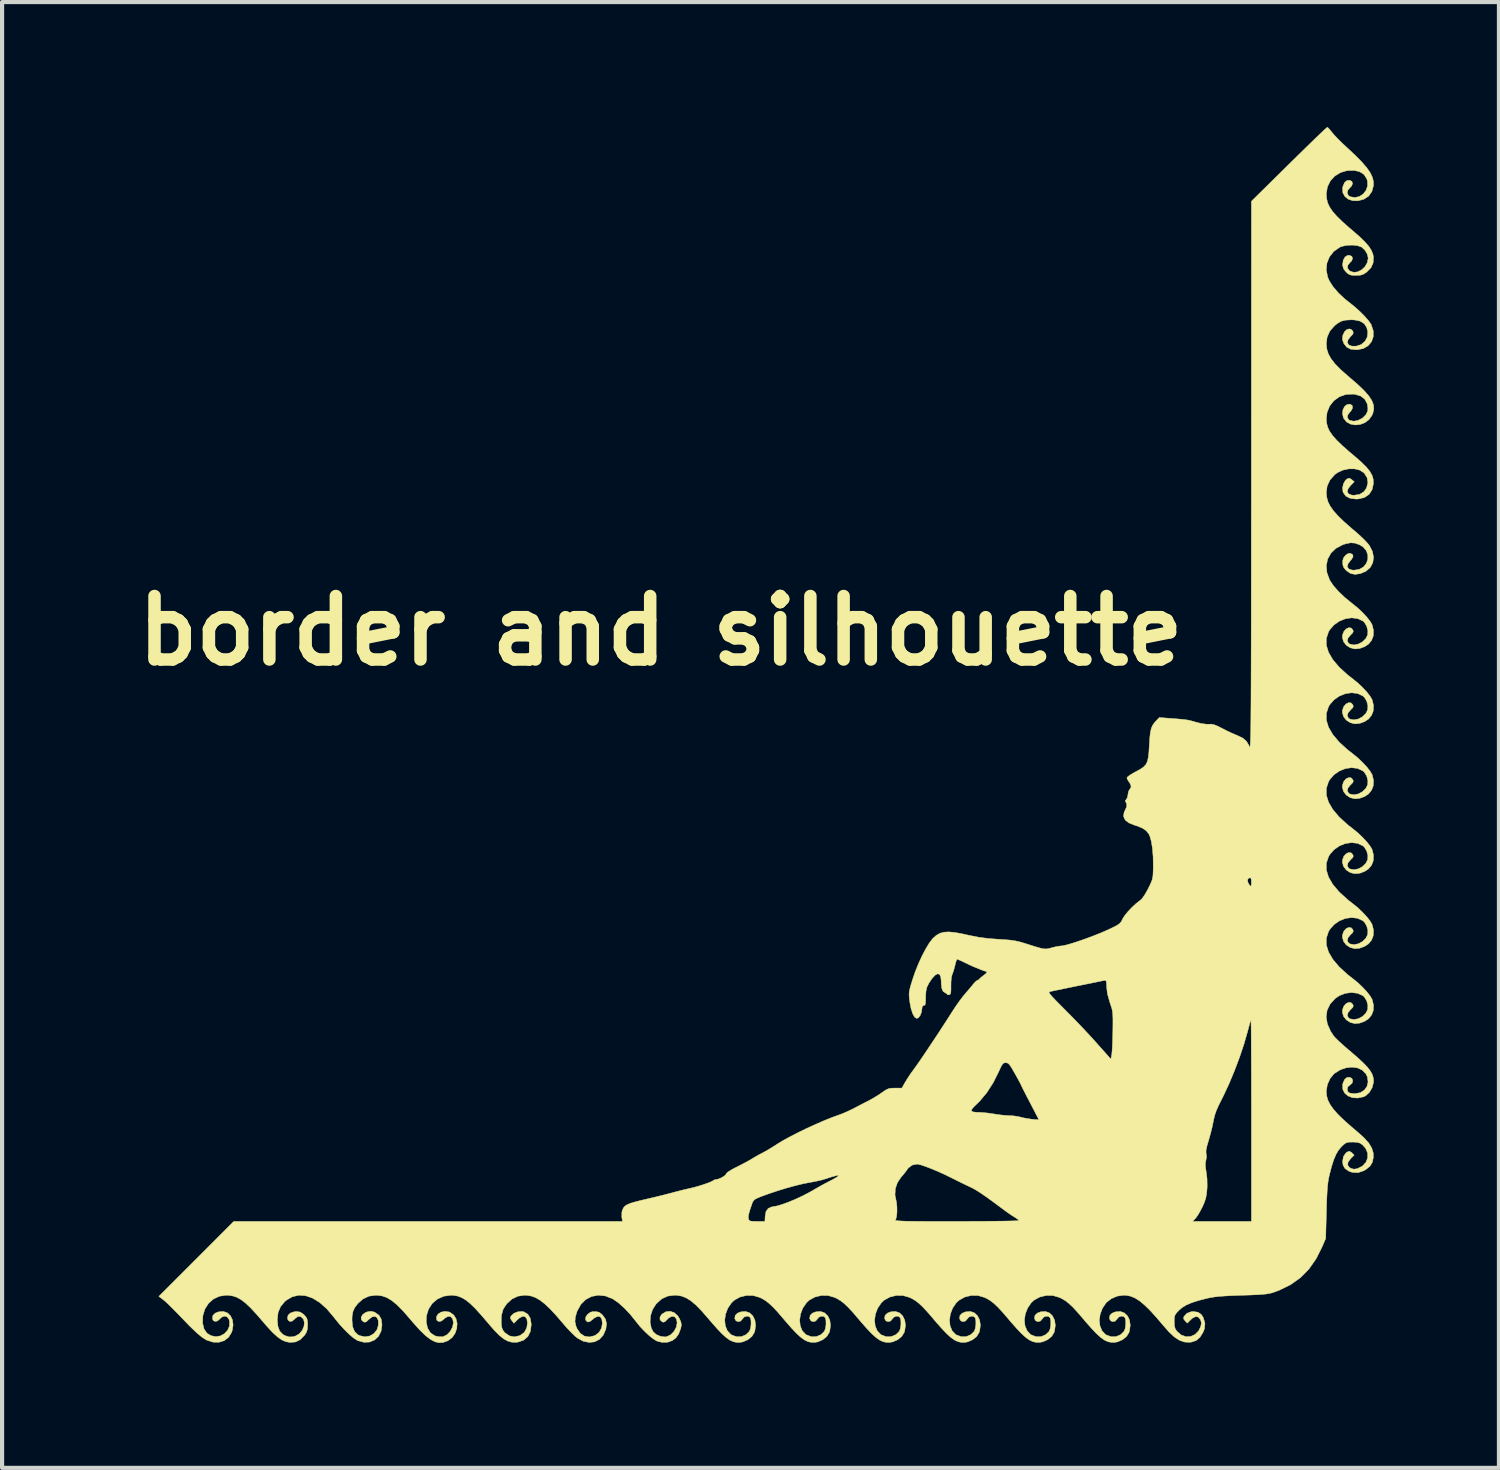
<source format=kicad_pcb>
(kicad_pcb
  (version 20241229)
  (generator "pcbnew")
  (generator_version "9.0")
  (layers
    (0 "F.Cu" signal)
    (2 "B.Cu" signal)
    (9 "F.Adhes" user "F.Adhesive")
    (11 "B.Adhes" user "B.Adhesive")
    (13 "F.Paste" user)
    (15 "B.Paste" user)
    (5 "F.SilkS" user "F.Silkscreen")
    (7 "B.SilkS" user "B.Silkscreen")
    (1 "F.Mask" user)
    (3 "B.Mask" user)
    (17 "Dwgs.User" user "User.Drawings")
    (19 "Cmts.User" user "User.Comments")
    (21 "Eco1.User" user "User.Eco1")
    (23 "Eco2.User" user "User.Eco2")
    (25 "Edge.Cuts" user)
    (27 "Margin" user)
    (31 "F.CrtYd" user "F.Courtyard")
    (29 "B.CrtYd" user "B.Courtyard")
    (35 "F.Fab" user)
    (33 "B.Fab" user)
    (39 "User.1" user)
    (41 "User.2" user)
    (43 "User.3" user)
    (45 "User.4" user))
  (footprint "border and silhouette"
    (layer "F.Cu")
    (at 12.816 12.096)
    (property "Reference" "border and silhouette" (at 0 0 0) (layer "F.SilkS") (effects (font (size 1.524 1.524) (thickness 0.3))))
    (attr through_hole)
    (fp_poly (pts (xy 16.029 -12.072) (xy 16.074 -12.021) (xy 16.115 -11.97) (xy 16.169 -11.906) (xy 16.252 -11.818) (xy 16.354 -11.717) (xy 16.464 -11.614) (xy 16.484 -11.596) (xy 16.678 -11.414) (xy 16.833 -11.257) (xy 16.95 -11.121) (xy 17.034 -11.001) (xy 17.086 -10.892) (xy 17.112 -10.79) (xy 17.113 -10.692) (xy 17.076 -10.551) (xy 16.999 -10.439) (xy 16.885 -10.363) (xy 16.876 -10.36) (xy 16.739 -10.325) (xy 16.613 -10.328) (xy 16.506 -10.364) (xy 16.425 -10.43) (xy 16.377 -10.519) (xy 16.371 -10.629) (xy 16.379 -10.669) (xy 16.42 -10.765) (xy 16.478 -10.812) (xy 16.542 -10.817) (xy 16.595 -10.79) (xy 16.611 -10.74) (xy 16.588 -10.68) (xy 16.551 -10.642) (xy 16.496 -10.576) (xy 16.483 -10.507) (xy 16.513 -10.449) (xy 16.556 -10.422) (xy 16.67 -10.403) (xy 16.777 -10.429) (xy 16.868 -10.489) (xy 16.936 -10.577) (xy 16.972 -10.683) (xy 16.969 -10.799) (xy 16.951 -10.855) (xy 16.884 -10.958) (xy 16.782 -11.023) (xy 16.656 -11.053) (xy 16.481 -11.05) (xy 16.322 -11.003) (xy 16.185 -10.919) (xy 16.078 -10.803) (xy 16.008 -10.661) (xy 15.981 -10.499) (xy 15.981 -10.49) (xy 15.988 -10.381) (xy 16.012 -10.278) (xy 16.058 -10.177) (xy 16.129 -10.072) (xy 16.23 -9.956) (xy 16.364 -9.825) (xy 16.537 -9.672) (xy 16.622 -9.6) (xy 16.789 -9.454) (xy 16.915 -9.33) (xy 17.007 -9.223) (xy 17.067 -9.126) (xy 17.102 -9.034) (xy 17.113 -8.969) (xy 17.105 -8.834) (xy 17.053 -8.718) (xy 16.952 -8.615) (xy 16.942 -8.607) (xy 16.872 -8.562) (xy 16.801 -8.539) (xy 16.706 -8.533) (xy 16.691 -8.533) (xy 16.598 -8.536) (xy 16.537 -8.551) (xy 16.486 -8.586) (xy 16.455 -8.615) (xy 16.395 -8.691) (xy 16.373 -8.769) (xy 16.372 -8.795) (xy 16.388 -8.9) (xy 16.431 -8.976) (xy 16.493 -9.015) (xy 16.532 -9.017) (xy 16.592 -8.992) (xy 16.612 -8.944) (xy 16.591 -8.884) (xy 16.551 -8.843) (xy 16.496 -8.776) (xy 16.49 -8.708) (xy 16.535 -8.647) (xy 16.549 -8.637) (xy 16.638 -8.607) (xy 16.735 -8.619) (xy 16.828 -8.666) (xy 16.908 -8.741) (xy 16.964 -8.837) (xy 16.986 -8.946) (xy 16.986 -8.949) (xy 16.965 -9.044) (xy 16.909 -9.138) (xy 16.834 -9.209) (xy 16.825 -9.214) (xy 16.728 -9.248) (xy 16.602 -9.261) (xy 16.469 -9.255) (xy 16.35 -9.229) (xy 16.304 -9.21) (xy 16.16 -9.109) (xy 16.056 -8.978) (xy 15.995 -8.827) (xy 15.98 -8.664) (xy 16.013 -8.495) (xy 16.049 -8.409) (xy 16.142 -8.263) (xy 16.272 -8.111) (xy 16.426 -7.967) (xy 16.505 -7.905) (xy 16.642 -7.796) (xy 16.775 -7.678) (xy 16.894 -7.56) (xy 16.99 -7.451) (xy 17.053 -7.362) (xy 17.06 -7.348) (xy 17.108 -7.202) (xy 17.109 -7.064) (xy 17.067 -6.943) (xy 16.985 -6.845) (xy 16.869 -6.777) (xy 16.724 -6.748) (xy 16.695 -6.747) (xy 16.565 -6.762) (xy 16.471 -6.81) (xy 16.404 -6.895) (xy 16.398 -6.907) (xy 16.369 -6.987) (xy 16.371 -7.063) (xy 16.379 -7.098) (xy 16.418 -7.181) (xy 16.474 -7.233) (xy 16.536 -7.25) (xy 16.592 -7.227) (xy 16.616 -7.196) (xy 16.629 -7.155) (xy 16.612 -7.115) (xy 16.564 -7.066) (xy 16.502 -6.986) (xy 16.488 -6.917) (xy 16.52 -6.864) (xy 16.592 -6.835) (xy 16.702 -6.834) (xy 16.703 -6.835) (xy 16.821 -6.874) (xy 16.91 -6.951) (xy 16.964 -7.054) (xy 16.977 -7.173) (xy 16.951 -7.282) (xy 16.889 -7.376) (xy 16.791 -7.436) (xy 16.655 -7.464) (xy 16.578 -7.467) (xy 16.443 -7.459) (xy 16.339 -7.433) (xy 16.247 -7.38) (xy 16.181 -7.327) (xy 16.066 -7.197) (xy 16 -7.05) (xy 15.981 -6.892) (xy 15.992 -6.77) (xy 16.028 -6.652) (xy 16.093 -6.534) (xy 16.19 -6.409) (xy 16.325 -6.271) (xy 16.502 -6.115) (xy 16.537 -6.085) (xy 16.733 -5.916) (xy 16.885 -5.771) (xy 16.998 -5.643) (xy 17.073 -5.53) (xy 17.113 -5.426) (xy 17.121 -5.326) (xy 17.1 -5.228) (xy 17.078 -5.174) (xy 17.005 -5.071) (xy 16.907 -4.997) (xy 16.793 -4.954) (xy 16.674 -4.942) (xy 16.561 -4.963) (xy 16.465 -5.016) (xy 16.397 -5.103) (xy 16.39 -5.118) (xy 16.369 -5.214) (xy 16.38 -5.306) (xy 16.417 -5.382) (xy 16.475 -5.431) (xy 16.546 -5.441) (xy 16.564 -5.437) (xy 16.607 -5.402) (xy 16.61 -5.346) (xy 16.574 -5.28) (xy 16.55 -5.254) (xy 16.496 -5.183) (xy 16.488 -5.116) (xy 16.525 -5.063) (xy 16.548 -5.05) (xy 16.644 -5.032) (xy 16.75 -5.055) (xy 16.85 -5.108) (xy 16.93 -5.186) (xy 16.975 -5.277) (xy 16.979 -5.35) (xy 16.966 -5.438) (xy 16.963 -5.451) (xy 16.904 -5.561) (xy 16.806 -5.637) (xy 16.669 -5.678) (xy 16.624 -5.683) (xy 16.45 -5.674) (xy 16.294 -5.619) (xy 16.162 -5.524) (xy 16.061 -5.397) (xy 15.999 -5.243) (xy 15.981 -5.093) (xy 15.988 -4.99) (xy 16.013 -4.891) (xy 16.058 -4.793) (xy 16.13 -4.69) (xy 16.23 -4.576) (xy 16.364 -4.447) (xy 16.535 -4.296) (xy 16.654 -4.196) (xy 16.818 -4.053) (xy 16.942 -3.931) (xy 17.028 -3.824) (xy 17.083 -3.725) (xy 17.109 -3.629) (xy 17.111 -3.53) (xy 17.079 -3.386) (xy 17.007 -3.275) (xy 16.898 -3.201) (xy 16.755 -3.166) (xy 16.695 -3.163) (xy 16.553 -3.181) (xy 16.451 -3.232) (xy 16.388 -3.319) (xy 16.381 -3.337) (xy 16.37 -3.431) (xy 16.393 -3.532) (xy 16.442 -3.615) (xy 16.473 -3.642) (xy 16.519 -3.664) (xy 16.56 -3.652) (xy 16.591 -3.629) (xy 16.653 -3.579) (xy 16.568 -3.494) (xy 16.503 -3.409) (xy 16.485 -3.338) (xy 16.516 -3.287) (xy 16.592 -3.258) (xy 16.649 -3.254) (xy 16.782 -3.276) (xy 16.884 -3.34) (xy 16.946 -3.429) (xy 16.979 -3.554) (xy 16.961 -3.675) (xy 16.892 -3.784) (xy 16.882 -3.794) (xy 16.785 -3.857) (xy 16.659 -3.888) (xy 16.519 -3.888) (xy 16.378 -3.858) (xy 16.249 -3.798) (xy 16.185 -3.751) (xy 16.068 -3.619) (xy 16.001 -3.475) (xy 15.981 -3.322) (xy 15.99 -3.212) (xy 16.018 -3.105) (xy 16.071 -2.997) (xy 16.151 -2.883) (xy 16.262 -2.758) (xy 16.409 -2.616) (xy 16.594 -2.453) (xy 16.687 -2.375) (xy 16.793 -2.281) (xy 16.892 -2.186) (xy 16.973 -2.1) (xy 17.015 -2.047) (xy 17.089 -1.903) (xy 17.115 -1.762) (xy 17.096 -1.631) (xy 17.033 -1.517) (xy 16.93 -1.428) (xy 16.799 -1.373) (xy 16.67 -1.354) (xy 16.562 -1.377) (xy 16.462 -1.445) (xy 16.458 -1.449) (xy 16.404 -1.511) (xy 16.378 -1.577) (xy 16.374 -1.669) (xy 16.375 -1.688) (xy 16.397 -1.756) (xy 16.447 -1.817) (xy 16.509 -1.856) (xy 16.558 -1.861) (xy 16.615 -1.829) (xy 16.623 -1.779) (xy 16.584 -1.711) (xy 16.563 -1.689) (xy 16.5 -1.606) (xy 16.486 -1.536) (xy 16.519 -1.486) (xy 16.599 -1.458) (xy 16.65 -1.455) (xy 16.776 -1.477) (xy 16.875 -1.534) (xy 16.942 -1.618) (xy 16.977 -1.717) (xy 16.977 -1.823) (xy 16.94 -1.925) (xy 16.863 -2.014) (xy 16.786 -2.062) (xy 16.673 -2.104) (xy 16.567 -2.113) (xy 16.449 -2.09) (xy 16.371 -2.064) (xy 16.211 -1.979) (xy 16.092 -1.864) (xy 16.014 -1.724) (xy 15.981 -1.567) (xy 15.995 -1.399) (xy 16.058 -1.226) (xy 16.064 -1.213) (xy 16.149 -1.086) (xy 16.273 -0.944) (xy 16.428 -0.797) (xy 16.604 -0.653) (xy 16.623 -0.639) (xy 16.738 -0.545) (xy 16.851 -0.438) (xy 16.954 -0.328) (xy 17.033 -0.226) (xy 17.08 -0.147) (xy 17.114 -0.01) (xy 17.108 0.125) (xy 17.067 0.23) (xy 16.996 0.318) (xy 16.902 0.381) (xy 16.785 0.424) (xy 16.668 0.436) (xy 16.557 0.408) (xy 16.463 0.349) (xy 16.396 0.265) (xy 16.366 0.165) (xy 16.37 0.101) (xy 16.401 0.018) (xy 16.454 -0.042) (xy 16.515 -0.073) (xy 16.574 -0.068) (xy 16.616 -0.025) (xy 16.629 0.015) (xy 16.611 0.054) (xy 16.564 0.1) (xy 16.502 0.174) (xy 16.485 0.243) (xy 16.514 0.299) (xy 16.548 0.321) (xy 16.646 0.34) (xy 16.753 0.317) (xy 16.853 0.263) (xy 16.932 0.183) (xy 16.975 0.094) (xy 16.978 -0.007) (xy 16.949 -0.113) (xy 16.894 -0.203) (xy 16.86 -0.234) (xy 16.732 -0.293) (xy 16.588 -0.311) (xy 16.439 -0.289) (xy 16.295 -0.232) (xy 16.166 -0.142) (xy 16.062 -0.023) (xy 16.033 0.028) (xy 15.982 0.184) (xy 15.982 0.347) (xy 16.034 0.517) (xy 16.137 0.693) (xy 16.29 0.874) (xy 16.493 1.059) (xy 16.623 1.16) (xy 16.738 1.254) (xy 16.851 1.361) (xy 16.954 1.471) (xy 17.033 1.573) (xy 17.08 1.653) (xy 17.114 1.789) (xy 17.108 1.924) (xy 17.067 2.029) (xy 16.996 2.117) (xy 16.902 2.18) (xy 16.785 2.223) (xy 16.668 2.235) (xy 16.557 2.207) (xy 16.463 2.148) (xy 16.396 2.064) (xy 16.366 1.964) (xy 16.37 1.9) (xy 16.401 1.817) (xy 16.454 1.757) (xy 16.515 1.726) (xy 16.574 1.731) (xy 16.616 1.774) (xy 16.629 1.815) (xy 16.611 1.853) (xy 16.564 1.899) (xy 16.502 1.973) (xy 16.485 2.042) (xy 16.514 2.099) (xy 16.548 2.121) (xy 16.646 2.139) (xy 16.753 2.117) (xy 16.853 2.062) (xy 16.932 1.982) (xy 16.975 1.893) (xy 16.978 1.793) (xy 16.949 1.686) (xy 16.894 1.597) (xy 16.86 1.566) (xy 16.732 1.506) (xy 16.588 1.488) (xy 16.439 1.51) (xy 16.295 1.567) (xy 16.166 1.657) (xy 16.062 1.776) (xy 16.033 1.827) (xy 15.982 1.983) (xy 15.982 2.146) (xy 16.034 2.316) (xy 16.137 2.492) (xy 16.29 2.673) (xy 16.493 2.858) (xy 16.623 2.959) (xy 16.738 3.053) (xy 16.851 3.161) (xy 16.954 3.271) (xy 17.033 3.372) (xy 17.08 3.452) (xy 17.114 3.588) (xy 17.108 3.723) (xy 17.067 3.828) (xy 16.996 3.916) (xy 16.902 3.979) (xy 16.785 4.022) (xy 16.668 4.034) (xy 16.557 4.007) (xy 16.463 3.947) (xy 16.396 3.863) (xy 16.366 3.763) (xy 16.37 3.7) (xy 16.401 3.616) (xy 16.454 3.556) (xy 16.515 3.526) (xy 16.574 3.53) (xy 16.616 3.573) (xy 16.629 3.614) (xy 16.611 3.652) (xy 16.564 3.698) (xy 16.502 3.772) (xy 16.485 3.841) (xy 16.514 3.898) (xy 16.548 3.92) (xy 16.646 3.938) (xy 16.753 3.916) (xy 16.853 3.861) (xy 16.932 3.781) (xy 16.975 3.692) (xy 16.978 3.592) (xy 16.949 3.485) (xy 16.894 3.396) (xy 16.86 3.365) (xy 16.732 3.305) (xy 16.588 3.287) (xy 16.439 3.309) (xy 16.295 3.367) (xy 16.166 3.456) (xy 16.062 3.575) (xy 16.033 3.627) (xy 15.982 3.782) (xy 15.982 3.945) (xy 16.034 4.115) (xy 16.137 4.291) (xy 16.29 4.472) (xy 16.493 4.657) (xy 16.623 4.758) (xy 16.738 4.852) (xy 16.851 4.96) (xy 16.954 5.07) (xy 17.033 5.171) (xy 17.08 5.251) (xy 17.114 5.387) (xy 17.108 5.522) (xy 17.067 5.628) (xy 16.996 5.715) (xy 16.902 5.778) (xy 16.785 5.822) (xy 16.668 5.833) (xy 16.557 5.806) (xy 16.463 5.746) (xy 16.396 5.662) (xy 16.366 5.562) (xy 16.37 5.499) (xy 16.401 5.415) (xy 16.454 5.355) (xy 16.515 5.325) (xy 16.574 5.33) (xy 16.616 5.372) (xy 16.629 5.413) (xy 16.611 5.452) (xy 16.564 5.497) (xy 16.502 5.571) (xy 16.485 5.641) (xy 16.514 5.697) (xy 16.548 5.719) (xy 16.646 5.737) (xy 16.753 5.715) (xy 16.853 5.66) (xy 16.932 5.581) (xy 16.975 5.491) (xy 16.978 5.391) (xy 16.949 5.285) (xy 16.894 5.195) (xy 16.86 5.164) (xy 16.732 5.104) (xy 16.588 5.087) (xy 16.439 5.108) (xy 16.295 5.166) (xy 16.166 5.256) (xy 16.062 5.375) (xy 16.033 5.426) (xy 15.982 5.581) (xy 15.982 5.744) (xy 16.034 5.914) (xy 16.137 6.09) (xy 16.29 6.271) (xy 16.493 6.456) (xy 16.623 6.558) (xy 16.738 6.651) (xy 16.851 6.759) (xy 16.954 6.869) (xy 17.033 6.97) (xy 17.08 7.05) (xy 17.114 7.187) (xy 17.108 7.321) (xy 17.067 7.427) (xy 16.996 7.515) (xy 16.902 7.577) (xy 16.785 7.621) (xy 16.668 7.633) (xy 16.557 7.605) (xy 16.463 7.545) (xy 16.396 7.461) (xy 16.366 7.361) (xy 16.37 7.298) (xy 16.401 7.214) (xy 16.454 7.154) (xy 16.515 7.124) (xy 16.574 7.129) (xy 16.616 7.171) (xy 16.629 7.212) (xy 16.611 7.251) (xy 16.564 7.296) (xy 16.502 7.37) (xy 16.485 7.44) (xy 16.514 7.496) (xy 16.548 7.518) (xy 16.646 7.536) (xy 16.753 7.514) (xy 16.853 7.459) (xy 16.932 7.38) (xy 16.975 7.29) (xy 16.978 7.19) (xy 16.949 7.084) (xy 16.894 6.994) (xy 16.86 6.963) (xy 16.732 6.903) (xy 16.588 6.886) (xy 16.439 6.907) (xy 16.295 6.965) (xy 16.166 7.055) (xy 16.062 7.174) (xy 16.033 7.225) (xy 15.982 7.38) (xy 15.982 7.543) (xy 16.034 7.713) (xy 16.137 7.889) (xy 16.29 8.07) (xy 16.493 8.256) (xy 16.623 8.357) (xy 16.738 8.45) (xy 16.851 8.558) (xy 16.954 8.668) (xy 17.033 8.769) (xy 17.08 8.849) (xy 17.114 8.986) (xy 17.108 9.121) (xy 17.067 9.226) (xy 16.996 9.314) (xy 16.902 9.377) (xy 16.785 9.42) (xy 16.668 9.432) (xy 16.557 9.404) (xy 16.463 9.344) (xy 16.396 9.261) (xy 16.366 9.161) (xy 16.37 9.097) (xy 16.401 9.013) (xy 16.454 8.953) (xy 16.515 8.923) (xy 16.574 8.928) (xy 16.616 8.97) (xy 16.629 9.011) (xy 16.611 9.05) (xy 16.564 9.095) (xy 16.502 9.17) (xy 16.485 9.239) (xy 16.514 9.295) (xy 16.548 9.317) (xy 16.646 9.335) (xy 16.753 9.313) (xy 16.853 9.259) (xy 16.932 9.179) (xy 16.975 9.089) (xy 16.978 8.989) (xy 16.949 8.883) (xy 16.894 8.793) (xy 16.86 8.762) (xy 16.735 8.705) (xy 16.59 8.686) (xy 16.439 8.705) (xy 16.294 8.761) (xy 16.194 8.829) (xy 16.072 8.963) (xy 16 9.112) (xy 15.978 9.273) (xy 16.006 9.442) (xy 16.085 9.618) (xy 16.162 9.734) (xy 16.207 9.783) (xy 16.283 9.857) (xy 16.382 9.947) (xy 16.493 10.044) (xy 16.536 10.08) (xy 16.716 10.235) (xy 16.857 10.364) (xy 16.963 10.473) (xy 17.037 10.568) (xy 17.085 10.653) (xy 17.109 10.734) (xy 17.115 10.816) (xy 17.113 10.848) (xy 17.08 10.973) (xy 17.015 11.083) (xy 16.927 11.164) (xy 16.875 11.19) (xy 16.736 11.219) (xy 16.609 11.211) (xy 16.502 11.169) (xy 16.422 11.101) (xy 16.376 11.009) (xy 16.372 10.899) (xy 16.379 10.868) (xy 16.42 10.772) (xy 16.478 10.725) (xy 16.542 10.72) (xy 16.595 10.748) (xy 16.615 10.8) (xy 16.603 10.858) (xy 16.555 10.903) (xy 16.551 10.905) (xy 16.497 10.949) (xy 16.484 11.008) (xy 16.494 11.063) (xy 16.531 11.096) (xy 16.604 11.11) (xy 16.678 11.113) (xy 16.8 11.09) (xy 16.895 11.029) (xy 16.958 10.939) (xy 16.983 10.831) (xy 16.967 10.713) (xy 16.933 10.641) (xy 16.85 10.553) (xy 16.737 10.498) (xy 16.603 10.478) (xy 16.46 10.493) (xy 16.317 10.541) (xy 16.184 10.624) (xy 16.162 10.641) (xy 16.07 10.754) (xy 16.006 10.896) (xy 15.981 11.048) (xy 15.981 11.06) (xy 15.989 11.165) (xy 16.018 11.268) (xy 16.07 11.373) (xy 16.149 11.485) (xy 16.258 11.609) (xy 16.402 11.749) (xy 16.584 11.91) (xy 16.728 12.032) (xy 16.886 12.173) (xy 16.999 12.3) (xy 17.071 12.419) (xy 17.107 12.535) (xy 17.111 12.641) (xy 17.086 12.763) (xy 17.027 12.859) (xy 16.926 12.939) (xy 16.875 12.967) (xy 16.738 13.012) (xy 16.602 13.004) (xy 16.52 12.974) (xy 16.429 12.912) (xy 16.382 12.828) (xy 16.372 12.74) (xy 16.392 12.624) (xy 16.45 12.539) (xy 16.487 12.513) (xy 16.536 12.498) (xy 16.581 12.522) (xy 16.597 12.537) (xy 16.65 12.59) (xy 16.565 12.675) (xy 16.504 12.757) (xy 16.493 12.827) (xy 16.533 12.884) (xy 16.57 12.907) (xy 16.642 12.928) (xy 16.72 12.916) (xy 16.733 12.912) (xy 16.853 12.85) (xy 16.934 12.76) (xy 16.974 12.652) (xy 16.972 12.538) (xy 16.924 12.426) (xy 16.848 12.342) (xy 16.791 12.303) (xy 16.725 12.283) (xy 16.63 12.277) (xy 16.613 12.277) (xy 16.522 12.279) (xy 16.461 12.293) (xy 16.408 12.328) (xy 16.343 12.389) (xy 16.273 12.472) (xy 16.213 12.574) (xy 16.158 12.704) (xy 16.105 12.87) (xy 16.056 13.062) (xy 16.036 13.15) (xy 16.021 13.244) (xy 16.009 13.351) (xy 16 13.481) (xy 15.992 13.643) (xy 15.985 13.845) (xy 15.983 13.944) (xy 15.966 14.592) (xy 15.88 14.793) (xy 15.734 15.082) (xy 15.563 15.327) (xy 15.361 15.532) (xy 15.124 15.7) (xy 14.85 15.835) (xy 14.735 15.878) (xy 14.673 15.898) (xy 14.61 15.913) (xy 14.535 15.925) (xy 14.442 15.934) (xy 14.321 15.942) (xy 14.165 15.949) (xy 13.964 15.955) (xy 13.957 15.955) (xy 13.736 15.963) (xy 13.558 15.972) (xy 13.416 15.982) (xy 13.298 15.995) (xy 13.196 16.012) (xy 13.115 16.029) (xy 12.907 16.083) (xy 12.744 16.136) (xy 12.617 16.191) (xy 12.516 16.253) (xy 12.442 16.317) (xy 12.379 16.384) (xy 12.345 16.437) (xy 12.332 16.498) (xy 12.33 16.587) (xy 12.334 16.687) (xy 12.352 16.756) (xy 12.388 16.813) (xy 12.395 16.822) (xy 12.497 16.909) (xy 12.61 16.949) (xy 12.724 16.944) (xy 12.829 16.897) (xy 12.915 16.81) (xy 12.965 16.707) (xy 12.981 16.626) (xy 12.965 16.555) (xy 12.96 16.544) (xy 12.909 16.479) (xy 12.845 16.466) (xy 12.769 16.503) (xy 12.728 16.539) (xy 12.643 16.624) (xy 12.59 16.57) (xy 12.554 16.522) (xy 12.558 16.477) (xy 12.566 16.461) (xy 12.634 16.388) (xy 12.736 16.35) (xy 12.793 16.346) (xy 12.902 16.363) (xy 12.981 16.419) (xy 13.027 16.493) (xy 13.067 16.63) (xy 13.053 16.766) (xy 13.02 16.848) (xy 12.944 16.968) (xy 12.855 17.042) (xy 12.744 17.079) (xy 12.694 17.085) (xy 12.574 17.078) (xy 12.458 17.038) (xy 12.339 16.962) (xy 12.21 16.843) (xy 12.085 16.702) (xy 11.906 16.492) (xy 11.753 16.323) (xy 11.618 16.191) (xy 11.499 16.092) (xy 11.39 16.023) (xy 11.286 15.979) (xy 11.183 15.958) (xy 11.113 15.954) (xy 10.961 15.976) (xy 10.818 16.037) (xy 10.702 16.128) (xy 10.694 16.136) (xy 10.606 16.266) (xy 10.551 16.409) (xy 10.531 16.553) (xy 10.545 16.688) (xy 10.594 16.806) (xy 10.676 16.894) (xy 10.694 16.906) (xy 10.812 16.95) (xy 10.933 16.948) (xy 11.043 16.901) (xy 11.124 16.822) (xy 11.151 16.754) (xy 11.164 16.659) (xy 11.163 16.562) (xy 11.149 16.499) (xy 11.112 16.462) (xy 11.054 16.457) (xy 10.995 16.48) (xy 10.958 16.525) (xy 10.914 16.574) (xy 10.857 16.589) (xy 10.804 16.57) (xy 10.774 16.519) (xy 10.773 16.515) (xy 10.783 16.44) (xy 10.838 16.385) (xy 10.921 16.353) (xy 11.034 16.344) (xy 11.131 16.379) (xy 11.207 16.451) (xy 11.256 16.552) (xy 11.273 16.675) (xy 11.254 16.811) (xy 11.243 16.848) (xy 11.184 16.944) (xy 11.088 17.022) (xy 10.969 17.074) (xy 10.901 17.086) (xy 10.818 17.087) (xy 10.737 17.07) (xy 10.654 17.032) (xy 10.564 16.968) (xy 10.461 16.875) (xy 10.34 16.747) (xy 10.195 16.583) (xy 10.133 16.509) (xy 10.002 16.357) (xy 9.895 16.241) (xy 9.802 16.154) (xy 9.717 16.087) (xy 9.631 16.036) (xy 9.571 16.007) (xy 9.417 15.962) (xy 9.255 15.96) (xy 9.099 15.998) (xy 8.963 16.073) (xy 8.895 16.136) (xy 8.807 16.266) (xy 8.752 16.409) (xy 8.732 16.553) (xy 8.746 16.688) (xy 8.795 16.806) (xy 8.877 16.894) (xy 8.895 16.906) (xy 9.013 16.95) (xy 9.134 16.948) (xy 9.244 16.901) (xy 9.325 16.822) (xy 9.351 16.754) (xy 9.365 16.659) (xy 9.364 16.562) (xy 9.35 16.499) (xy 9.313 16.462) (xy 9.255 16.457) (xy 9.196 16.48) (xy 9.159 16.525) (xy 9.115 16.574) (xy 9.058 16.589) (xy 9.005 16.57) (xy 8.975 16.519) (xy 8.974 16.515) (xy 8.984 16.44) (xy 9.039 16.385) (xy 9.121 16.353) (xy 9.235 16.344) (xy 9.332 16.379) (xy 9.407 16.451) (xy 9.456 16.552) (xy 9.474 16.675) (xy 9.455 16.811) (xy 9.444 16.848) (xy 9.385 16.944) (xy 9.289 17.022) (xy 9.17 17.074) (xy 9.102 17.086) (xy 9.018 17.087) (xy 8.938 17.07) (xy 8.855 17.032) (xy 8.765 16.968) (xy 8.662 16.875) (xy 8.541 16.747) (xy 8.396 16.583) (xy 8.334 16.509) (xy 8.203 16.357) (xy 8.095 16.241) (xy 8.003 16.154) (xy 7.918 16.087) (xy 7.832 16.036) (xy 7.772 16.007) (xy 7.618 15.962) (xy 7.456 15.96) (xy 7.3 15.998) (xy 7.164 16.073) (xy 7.096 16.136) (xy 7.007 16.266) (xy 6.953 16.409) (xy 6.933 16.553) (xy 6.947 16.688) (xy 6.995 16.806) (xy 7.078 16.894) (xy 7.096 16.906) (xy 7.214 16.95) (xy 7.334 16.948) (xy 7.445 16.901) (xy 7.526 16.822) (xy 7.552 16.754) (xy 7.566 16.659) (xy 7.565 16.562) (xy 7.551 16.499) (xy 7.514 16.462) (xy 7.456 16.457) (xy 7.397 16.48) (xy 7.359 16.525) (xy 7.316 16.574) (xy 7.258 16.589) (xy 7.205 16.57) (xy 7.175 16.519) (xy 7.175 16.515) (xy 7.184 16.44) (xy 7.24 16.385) (xy 7.322 16.353) (xy 7.436 16.344) (xy 7.533 16.379) (xy 7.608 16.451) (xy 7.657 16.552) (xy 7.675 16.675) (xy 7.656 16.811) (xy 7.644 16.848) (xy 7.586 16.944) (xy 7.489 17.022) (xy 7.371 17.074) (xy 7.303 17.086) (xy 7.219 17.087) (xy 7.139 17.07) (xy 7.056 17.032) (xy 6.966 16.968) (xy 6.863 16.875) (xy 6.742 16.747) (xy 6.597 16.583) (xy 6.535 16.509) (xy 6.404 16.357) (xy 6.296 16.241) (xy 6.204 16.154) (xy 6.119 16.087) (xy 6.033 16.036) (xy 5.973 16.007) (xy 5.818 15.962) (xy 5.656 15.96) (xy 5.501 15.998) (xy 5.364 16.073) (xy 5.297 16.136) (xy 5.208 16.266) (xy 5.154 16.409) (xy 5.134 16.553) (xy 5.148 16.688) (xy 5.196 16.806) (xy 5.279 16.894) (xy 5.297 16.906) (xy 5.415 16.95) (xy 5.535 16.948) (xy 5.646 16.901) (xy 5.727 16.822) (xy 5.753 16.754) (xy 5.767 16.659) (xy 5.765 16.562) (xy 5.752 16.499) (xy 5.714 16.462) (xy 5.656 16.457) (xy 5.598 16.48) (xy 5.56 16.525) (xy 5.517 16.574) (xy 5.459 16.589) (xy 5.406 16.57) (xy 5.376 16.519) (xy 5.376 16.515) (xy 5.385 16.44) (xy 5.441 16.385) (xy 5.523 16.353) (xy 5.637 16.344) (xy 5.734 16.379) (xy 5.809 16.451) (xy 5.858 16.552) (xy 5.876 16.675) (xy 5.857 16.811) (xy 5.845 16.848) (xy 5.786 16.944) (xy 5.69 17.022) (xy 5.571 17.074) (xy 5.504 17.086) (xy 5.42 17.087) (xy 5.339 17.07) (xy 5.257 17.032) (xy 5.166 16.968) (xy 5.063 16.875) (xy 4.942 16.747) (xy 4.798 16.583) (xy 4.736 16.509) (xy 4.605 16.357) (xy 4.497 16.241) (xy 4.405 16.154) (xy 4.319 16.087) (xy 4.234 16.036) (xy 4.174 16.007) (xy 4.019 15.962) (xy 3.857 15.96) (xy 3.701 15.998) (xy 3.565 16.073) (xy 3.498 16.136) (xy 3.409 16.266) (xy 3.355 16.409) (xy 3.335 16.553) (xy 3.349 16.688) (xy 3.397 16.806) (xy 3.48 16.894) (xy 3.498 16.906) (xy 3.615 16.95) (xy 3.736 16.948) (xy 3.846 16.901) (xy 3.927 16.822) (xy 3.954 16.754) (xy 3.968 16.659) (xy 3.966 16.562) (xy 3.953 16.499) (xy 3.915 16.462) (xy 3.857 16.457) (xy 3.799 16.48) (xy 3.761 16.525) (xy 3.718 16.574) (xy 3.66 16.589) (xy 3.607 16.57) (xy 3.577 16.519) (xy 3.576 16.515) (xy 3.586 16.44) (xy 3.641 16.385) (xy 3.724 16.353) (xy 3.838 16.344) (xy 3.935 16.379) (xy 4.01 16.451) (xy 4.059 16.552) (xy 4.076 16.675) (xy 4.058 16.811) (xy 4.046 16.848) (xy 3.987 16.944) (xy 3.891 17.022) (xy 3.772 17.074) (xy 3.705 17.086) (xy 3.621 17.087) (xy 3.54 17.07) (xy 3.457 17.032) (xy 3.367 16.968) (xy 3.264 16.875) (xy 3.143 16.747) (xy 2.999 16.583) (xy 2.936 16.509) (xy 2.806 16.357) (xy 2.698 16.241) (xy 2.605 16.154) (xy 2.52 16.087) (xy 2.434 16.036) (xy 2.375 16.007) (xy 2.22 15.962) (xy 2.058 15.96) (xy 1.902 15.998) (xy 1.766 16.073) (xy 1.699 16.136) (xy 1.61 16.266) (xy 1.556 16.409) (xy 1.535 16.553) (xy 1.55 16.688) (xy 1.598 16.806) (xy 1.681 16.894) (xy 1.698 16.906) (xy 1.816 16.95) (xy 1.937 16.948) (xy 2.047 16.901) (xy 2.128 16.822) (xy 2.155 16.754) (xy 2.168 16.659) (xy 2.167 16.562) (xy 2.154 16.499) (xy 2.116 16.462) (xy 2.058 16.457) (xy 1.999 16.48) (xy 1.962 16.525) (xy 1.918 16.574) (xy 1.861 16.589) (xy 1.808 16.57) (xy 1.778 16.519) (xy 1.777 16.515) (xy 1.787 16.44) (xy 1.842 16.385) (xy 1.925 16.353) (xy 2.038 16.344) (xy 2.135 16.379) (xy 2.211 16.451) (xy 2.26 16.552) (xy 2.277 16.675) (xy 2.259 16.811) (xy 2.247 16.848) (xy 2.188 16.944) (xy 2.092 17.022) (xy 1.973 17.074) (xy 1.906 17.086) (xy 1.822 17.087) (xy 1.741 17.07) (xy 1.658 17.032) (xy 1.568 16.968) (xy 1.465 16.875) (xy 1.344 16.747) (xy 1.2 16.583) (xy 1.137 16.509) (xy 0.98 16.329) (xy 0.844 16.19) (xy 0.723 16.088) (xy 0.611 16.018) (xy 0.501 15.975) (xy 0.387 15.956) (xy 0.331 15.954) (xy 0.167 15.975) (xy 0.024 16.041) (xy -0.104 16.156) (xy -0.114 16.167) (xy -0.197 16.298) (xy -0.245 16.446) (xy -0.256 16.597) (xy -0.229 16.739) (xy -0.181 16.833) (xy -0.108 16.898) (xy -0.007 16.941) (xy 0.099 16.955) (xy 0.147 16.949) (xy 0.242 16.901) (xy 0.321 16.82) (xy 0.373 16.719) (xy 0.393 16.612) (xy 0.374 16.521) (xy 0.328 16.468) (xy 0.265 16.461) (xy 0.192 16.499) (xy 0.152 16.538) (xy 0.102 16.589) (xy 0.064 16.602) (xy 0.028 16.59) (xy -0.018 16.542) (xy -0.019 16.478) (xy 0.025 16.411) (xy 0.029 16.408) (xy 0.124 16.35) (xy 0.226 16.34) (xy 0.324 16.373) (xy 0.408 16.449) (xy 0.454 16.526) (xy 0.486 16.609) (xy 0.495 16.671) (xy 0.482 16.739) (xy 0.477 16.759) (xy 0.428 16.887) (xy 0.363 16.978) (xy 0.283 17.04) (xy 0.165 17.084) (xy 0.029 17.086) (xy -0.094 17.054) (xy -0.176 17.005) (xy -0.277 16.925) (xy -0.387 16.822) (xy -0.495 16.709) (xy -0.586 16.596) (xy -0.729 16.418) (xy -0.876 16.261) (xy -1.019 16.134) (xy -1.148 16.045) (xy -1.16 16.038) (xy -1.333 15.971) (xy -1.502 15.954) (xy -1.661 15.984) (xy -1.802 16.058) (xy -1.919 16.175) (xy -2.006 16.331) (xy -2.011 16.344) (xy -2.051 16.477) (xy -2.06 16.588) (xy -2.036 16.695) (xy -2.009 16.76) (xy -1.932 16.87) (xy -1.832 16.937) (xy -1.715 16.956) (xy -1.588 16.925) (xy -1.577 16.92) (xy -1.481 16.847) (xy -1.421 16.74) (xy -1.402 16.624) (xy -1.417 16.524) (xy -1.457 16.469) (xy -1.519 16.461) (xy -1.596 16.501) (xy -1.636 16.536) (xy -1.708 16.59) (xy -1.763 16.596) (xy -1.801 16.553) (xy -1.808 16.532) (xy -1.799 16.473) (xy -1.756 16.412) (xy -1.693 16.365) (xy -1.635 16.348) (xy -1.536 16.35) (xy -1.468 16.371) (xy -1.407 16.421) (xy -1.396 16.432) (xy -1.326 16.532) (xy -1.302 16.639) (xy -1.319 16.767) (xy -1.32 16.773) (xy -1.381 16.913) (xy -1.472 17.013) (xy -1.587 17.073) (xy -1.719 17.088) (xy -1.861 17.059) (xy -1.994 16.988) (xy -2.063 16.933) (xy -2.151 16.847) (xy -2.247 16.746) (xy -2.322 16.66) (xy -2.496 16.457) (xy -2.646 16.294) (xy -2.778 16.168) (xy -2.897 16.075) (xy -3.006 16.011) (xy -3.113 15.973) (xy -3.221 15.956) (xy -3.269 15.954) (xy -3.43 15.977) (xy -3.573 16.046) (xy -3.698 16.159) (xy -3.783 16.287) (xy -3.826 16.439) (xy -3.831 16.623) (xy -3.831 16.623) (xy -3.819 16.722) (xy -3.794 16.789) (xy -3.75 16.847) (xy -3.741 16.856) (xy -3.634 16.93) (xy -3.514 16.953) (xy -3.388 16.925) (xy -3.376 16.919) (xy -3.276 16.846) (xy -3.218 16.739) (xy -3.201 16.622) (xy -3.216 16.523) (xy -3.256 16.469) (xy -3.317 16.461) (xy -3.395 16.501) (xy -3.441 16.542) (xy -3.526 16.627) (xy -3.576 16.564) (xy -3.609 16.515) (xy -3.606 16.475) (xy -3.59 16.447) (xy -3.523 16.387) (xy -3.428 16.351) (xy -3.328 16.344) (xy -3.284 16.354) (xy -3.191 16.411) (xy -3.134 16.507) (xy -3.111 16.642) (xy -3.111 16.669) (xy -3.131 16.824) (xy -3.191 16.945) (xy -3.289 17.031) (xy -3.421 17.078) (xy -3.477 17.085) (xy -3.578 17.082) (xy -3.675 17.055) (xy -3.774 17) (xy -3.881 16.913) (xy -4.003 16.789) (xy -4.143 16.627) (xy -4.309 16.433) (xy -4.45 16.277) (xy -4.572 16.158) (xy -4.681 16.07) (xy -4.782 16.01) (xy -4.879 15.974) (xy -4.979 15.957) (xy -5.04 15.954) (xy -5.213 15.979) (xy -5.363 16.047) (xy -5.487 16.152) (xy -5.576 16.288) (xy -5.625 16.447) (xy -5.631 16.598) (xy -5.599 16.745) (xy -5.532 16.855) (xy -5.432 16.924) (xy -5.399 16.936) (xy -5.313 16.952) (xy -5.234 16.951) (xy -5.224 16.949) (xy -5.131 16.902) (xy -5.054 16.821) (xy -5.001 16.72) (xy -4.979 16.615) (xy -4.997 16.521) (xy -5.043 16.469) (xy -5.106 16.462) (xy -5.177 16.5) (xy -5.201 16.523) (xy -5.268 16.574) (xy -5.329 16.586) (xy -5.374 16.559) (xy -5.384 16.537) (xy -5.384 16.464) (xy -5.343 16.403) (xy -5.273 16.36) (xy -5.184 16.342) (xy -5.087 16.355) (xy -5.065 16.363) (xy -4.973 16.427) (xy -4.915 16.52) (xy -4.89 16.631) (xy -4.898 16.75) (xy -4.937 16.865) (xy -5.006 16.967) (xy -5.105 17.043) (xy -5.121 17.051) (xy -5.222 17.087) (xy -5.32 17.095) (xy -5.421 17.072) (xy -5.529 17.015) (xy -5.649 16.923) (xy -5.784 16.792) (xy -5.94 16.619) (xy -6.032 16.511) (xy -6.192 16.327) (xy -6.333 16.185) (xy -6.46 16.081) (xy -6.579 16.01) (xy -6.696 15.97) (xy -6.817 15.955) (xy -6.839 15.954) (xy -7.008 15.977) (xy -7.153 16.046) (xy -7.274 16.154) (xy -7.348 16.251) (xy -7.391 16.345) (xy -7.411 16.456) (xy -7.414 16.551) (xy -7.4 16.707) (xy -7.355 16.821) (xy -7.277 16.9) (xy -7.229 16.925) (xy -7.105 16.952) (xy -6.987 16.933) (xy -6.887 16.874) (xy -6.814 16.782) (xy -6.782 16.677) (xy -6.781 16.567) (xy -6.811 16.494) (xy -6.864 16.462) (xy -6.933 16.475) (xy -7.012 16.537) (xy -7.013 16.538) (xy -7.066 16.588) (xy -7.105 16.603) (xy -7.143 16.59) (xy -7.19 16.543) (xy -7.194 16.483) (xy -7.161 16.422) (xy -7.095 16.372) (xy -7.045 16.353) (xy -6.962 16.34) (xy -6.888 16.356) (xy -6.854 16.372) (xy -6.765 16.436) (xy -6.713 16.526) (xy -6.695 16.652) (xy -6.694 16.669) (xy -6.716 16.819) (xy -6.777 16.941) (xy -6.871 17.028) (xy -6.989 17.078) (xy -7.124 17.085) (xy -7.269 17.046) (xy -7.295 17.033) (xy -7.381 16.977) (xy -7.487 16.887) (xy -7.604 16.771) (xy -7.723 16.64) (xy -7.834 16.503) (xy -7.852 16.479) (xy -8.017 16.283) (xy -8.187 16.131) (xy -8.358 16.025) (xy -8.527 15.966) (xy -8.691 15.954) (xy -8.848 15.991) (xy -8.994 16.077) (xy -9.031 16.11) (xy -9.131 16.231) (xy -9.189 16.372) (xy -9.207 16.544) (xy -9.207 16.546) (xy -9.193 16.701) (xy -9.15 16.816) (xy -9.074 16.895) (xy -9.032 16.92) (xy -8.932 16.954) (xy -8.838 16.953) (xy -8.766 16.932) (xy -8.677 16.879) (xy -8.609 16.797) (xy -8.567 16.699) (xy -8.558 16.601) (xy -8.584 16.522) (xy -8.643 16.468) (xy -8.71 16.464) (xy -8.778 16.51) (xy -8.79 16.525) (xy -8.85 16.576) (xy -8.908 16.584) (xy -8.95 16.551) (xy -8.964 16.505) (xy -8.949 16.434) (xy -8.891 16.381) (xy -8.799 16.35) (xy -8.742 16.346) (xy -8.658 16.359) (xy -8.585 16.407) (xy -8.562 16.428) (xy -8.514 16.483) (xy -8.49 16.536) (xy -8.481 16.608) (xy -8.48 16.665) (xy -8.485 16.765) (xy -8.505 16.838) (xy -8.547 16.906) (xy -8.554 16.916) (xy -8.657 17.021) (xy -8.771 17.077) (xy -8.905 17.087) (xy -8.916 17.086) (xy -9.009 17.067) (xy -9.103 17.025) (xy -9.202 16.955) (xy -9.314 16.854) (xy -9.444 16.715) (xy -9.547 16.595) (xy -9.711 16.406) (xy -9.85 16.256) (xy -9.972 16.141) (xy -10.081 16.058) (xy -10.183 16.002) (xy -10.284 15.97) (xy -10.39 15.956) (xy -10.438 15.954) (xy -10.6 15.979) (xy -10.743 16.047) (xy -10.861 16.153) (xy -10.947 16.288) (xy -10.995 16.446) (xy -11.001 16.621) (xy -11 16.63) (xy -10.966 16.766) (xy -10.897 16.865) (xy -10.802 16.924) (xy -10.685 16.949) (xy -10.573 16.931) (xy -10.475 16.877) (xy -10.401 16.796) (xy -10.357 16.696) (xy -10.354 16.584) (xy -10.369 16.53) (xy -10.413 16.472) (xy -10.476 16.456) (xy -10.546 16.483) (xy -10.589 16.525) (xy -10.648 16.574) (xy -10.706 16.583) (xy -10.75 16.555) (xy -10.764 16.515) (xy -10.754 16.44) (xy -10.699 16.385) (xy -10.617 16.353) (xy -10.502 16.344) (xy -10.405 16.378) (xy -10.331 16.449) (xy -10.284 16.548) (xy -10.269 16.668) (xy -10.29 16.802) (xy -10.307 16.849) (xy -10.379 16.966) (xy -10.482 17.045) (xy -10.609 17.084) (xy -10.751 17.081) (xy -10.9 17.033) (xy -10.925 17.021) (xy -11.025 16.955) (xy -11.15 16.85) (xy -11.294 16.712) (xy -11.322 16.684) (xy -11.48 16.52) (xy -11.607 16.389) (xy -11.706 16.288) (xy -11.783 16.211) (xy -11.843 16.152) (xy -11.89 16.109) (xy -11.93 16.076) (xy -11.959 16.052) (xy -12.052 15.982) (xy -11.152 15.082) (xy -10.253 14.182) (xy -0.919 14.182) (xy -0.933 14.095) (xy 2.102 14.095) (xy 2.107 14.122) (xy 2.12 14.153) (xy 2.146 14.171) (xy 2.197 14.179) (xy 2.286 14.181) (xy 2.312 14.181) (xy 2.5 14.181) (xy 2.506 14.057) (xy 2.527 13.944) (xy 2.58 13.87) (xy 2.669 13.832) (xy 2.714 13.825) (xy 2.81 13.806) (xy 2.94 13.765) (xy 3.093 13.708) (xy 3.257 13.639) (xy 3.42 13.562) (xy 3.445 13.549) (xy 5.624 13.549) (xy 5.643 13.641) (xy 5.661 13.728) (xy 5.671 13.836) (xy 5.672 13.949) (xy 5.664 14.049) (xy 5.647 14.121) (xy 5.636 14.141) (xy 5.633 14.15) (xy 5.642 14.157) (xy 5.667 14.163) (xy 5.711 14.168) (xy 5.778 14.172) (xy 5.873 14.176) (xy 5.999 14.178) (xy 6.161 14.18) (xy 6.361 14.181) (xy 6.604 14.181) (xy 6.893 14.182) (xy 7.101 14.182) (xy 12.769 14.182) (xy 14.182 14.182) (xy 14.182 11.756) (xy 14.182 11.403) (xy 14.181 11.066) (xy 14.181 10.748) (xy 14.18 10.453) (xy 14.179 10.185) (xy 14.178 9.947) (xy 14.177 9.743) (xy 14.176 9.577) (xy 14.174 9.453) (xy 14.173 9.373) (xy 14.171 9.342) (xy 14.171 9.342) (xy 14.161 9.371) (xy 14.14 9.439) (xy 14.113 9.538) (xy 14.088 9.631) (xy 14.004 9.923) (xy 13.898 10.239) (xy 13.777 10.56) (xy 13.648 10.871) (xy 13.517 11.152) (xy 13.468 11.25) (xy 13.39 11.405) (xy 13.336 11.53) (xy 13.298 11.643) (xy 13.272 11.757) (xy 13.268 11.779) (xy 13.241 11.91) (xy 13.203 12.063) (xy 13.162 12.211) (xy 13.151 12.247) (xy 13.112 12.382) (xy 13.093 12.478) (xy 13.093 12.539) (xy 13.097 12.555) (xy 13.105 12.634) (xy 13.091 12.71) (xy 13.077 12.786) (xy 13.079 12.879) (xy 13.096 12.989) (xy 13.116 13.147) (xy 13.12 13.325) (xy 13.117 13.399) (xy 13.104 13.533) (xy 13.082 13.64) (xy 13.043 13.749) (xy 13.006 13.831) (xy 12.952 13.936) (xy 12.896 14.031) (xy 12.848 14.099) (xy 12.839 14.109) (xy 12.769 14.182) (xy 7.101 14.182) (xy 7.377 14.181) (xy 7.636 14.18) (xy 7.875 14.179) (xy 8.087 14.176) (xy 8.269 14.174) (xy 8.416 14.17) (xy 8.523 14.167) (xy 8.585 14.163) (xy 8.599 14.16) (xy 8.578 14.135) (xy 8.525 14.098) (xy 8.5 14.082) (xy 8.434 14.041) (xy 8.342 13.978) (xy 8.239 13.904) (xy 8.197 13.872) (xy 7.996 13.723) (xy 7.831 13.603) (xy 7.695 13.509) (xy 7.583 13.437) (xy 7.488 13.383) (xy 7.422 13.351) (xy 7.332 13.309) (xy 7.212 13.251) (xy 7.08 13.185) (xy 6.979 13.135) (xy 6.823 13.058) (xy 6.662 12.985) (xy 6.507 12.92) (xy 6.367 12.866) (xy 6.252 12.827) (xy 6.171 12.808) (xy 6.151 12.806) (xy 6.037 12.83) (xy 5.945 12.898) (xy 5.918 12.934) (xy 5.876 12.994) (xy 5.813 13.071) (xy 5.771 13.119) (xy 5.682 13.251) (xy 5.632 13.399) (xy 5.624 13.549) (xy 3.445 13.549) (xy 3.571 13.483) (xy 3.626 13.452) (xy 3.748 13.381) (xy 3.872 13.311) (xy 3.98 13.253) (xy 4.029 13.228) (xy 4.12 13.181) (xy 4.199 13.136) (xy 4.241 13.109) (xy 4.276 13.081) (xy 4.273 13.073) (xy 4.225 13.081) (xy 4.207 13.085) (xy 4.128 13.105) (xy 4.028 13.136) (xy 3.969 13.156) (xy 3.875 13.184) (xy 3.75 13.213) (xy 3.617 13.24) (xy 3.572 13.247) (xy 3.414 13.278) (xy 3.222 13.325) (xy 3.008 13.384) (xy 2.787 13.452) (xy 2.571 13.525) (xy 2.429 13.577) (xy 2.328 13.617) (xy 2.264 13.65) (xy 2.227 13.683) (xy 2.202 13.727) (xy 2.188 13.766) (xy 2.144 13.896) (xy 2.117 13.988) (xy 2.104 14.05) (xy 2.102 14.095) (xy -0.933 14.095) (xy -0.936 14.077) (xy -0.934 13.953) (xy -0.908 13.879) (xy -0.884 13.839) (xy -0.849 13.805) (xy -0.796 13.774) (xy -0.718 13.743) (xy -0.609 13.711) (xy -0.462 13.674) (xy -0.27 13.629) (xy -0.265 13.628) (xy -0.126 13.595) (xy 0.038 13.555) (xy 0.201 13.513) (xy 0.278 13.493) (xy 0.411 13.458) (xy 0.539 13.425) (xy 0.647 13.4) (xy 0.701 13.388) (xy 0.798 13.365) (xy 0.909 13.333) (xy 1.022 13.298) (xy 1.126 13.262) (xy 1.206 13.23) (xy 1.253 13.206) (xy 1.258 13.201) (xy 1.294 13.181) (xy 1.327 13.176) (xy 1.385 13.164) (xy 1.454 13.134) (xy 1.519 13.096) (xy 1.563 13.058) (xy 1.573 13.034) (xy 1.592 13.011) (xy 1.649 12.972) (xy 1.735 12.921) (xy 1.831 12.872) (xy 1.949 12.812) (xy 2.059 12.754) (xy 2.147 12.705) (xy 2.189 12.679) (xy 2.264 12.634) (xy 2.361 12.579) (xy 2.431 12.543) (xy 2.525 12.492) (xy 2.641 12.423) (xy 2.758 12.35) (xy 2.788 12.33) (xy 2.924 12.247) (xy 3.097 12.152) (xy 3.297 12.049) (xy 3.511 11.945) (xy 3.728 11.846) (xy 3.936 11.756) (xy 4.122 11.681) (xy 4.247 11.637) (xy 4.365 11.593) (xy 4.501 11.534) (xy 4.503 11.533) (xy 7.461 11.533) (xy 7.503 11.553) (xy 7.59 11.562) (xy 7.646 11.563) (xy 7.746 11.569) (xy 7.872 11.582) (xy 7.997 11.601) (xy 8.004 11.602) (xy 8.128 11.621) (xy 8.254 11.635) (xy 8.356 11.641) (xy 8.361 11.641) (xy 8.467 11.647) (xy 8.572 11.662) (xy 8.612 11.671) (xy 8.705 11.694) (xy 8.808 11.713) (xy 8.91 11.728) (xy 8.996 11.737) (xy 9.056 11.739) (xy 9.075 11.732) (xy 9.064 11.709) (xy 9.031 11.646) (xy 8.983 11.553) (xy 8.921 11.434) (xy 8.864 11.324) (xy 8.794 11.191) (xy 8.735 11.075) (xy 8.689 10.984) (xy 8.66 10.925) (xy 8.652 10.907) (xy 8.64 10.881) (xy 8.607 10.818) (xy 8.558 10.729) (xy 8.505 10.634) (xy 8.439 10.519) (xy 8.392 10.444) (xy 8.355 10.399) (xy 8.323 10.378) (xy 8.289 10.372) (xy 8.284 10.372) (xy 8.245 10.376) (xy 8.214 10.396) (xy 8.183 10.442) (xy 8.143 10.523) (xy 8.122 10.571) (xy 7.986 10.845) (xy 7.831 11.087) (xy 7.664 11.288) (xy 7.602 11.349) (xy 7.512 11.436) (xy 7.465 11.496) (xy 7.461 11.533) (xy 4.503 11.533) (xy 4.625 11.474) (xy 4.63 11.471) (xy 4.752 11.407) (xy 4.883 11.339) (xy 4.997 11.281) (xy 5.001 11.279) (xy 5.115 11.215) (xy 5.235 11.141) (xy 5.316 11.085) (xy 5.4 11.028) (xy 5.465 10.996) (xy 5.536 10.983) (xy 5.624 10.98) (xy 5.789 10.98) (xy 5.869 10.839) (xy 5.927 10.745) (xy 6.001 10.633) (xy 6.077 10.529) (xy 6.077 10.528) (xy 6.138 10.444) (xy 6.223 10.323) (xy 6.325 10.173) (xy 6.44 10.001) (xy 6.563 9.817) (xy 6.689 9.626) (xy 6.811 9.438) (xy 6.926 9.26) (xy 6.993 9.155) (xy 7.076 9.027) (xy 7.167 8.898) (xy 7.252 8.785) (xy 7.308 8.717) (xy 7.339 8.68) (xy 9.323 8.68) (xy 9.336 8.709) (xy 9.373 8.757) (xy 9.439 8.829) (xy 9.536 8.929) (xy 9.667 9.061) (xy 9.69 9.084) (xy 9.843 9.238) (xy 10.012 9.412) (xy 10.184 9.593) (xy 10.343 9.764) (xy 10.452 9.885) (xy 10.808 10.285) (xy 10.828 10.176) (xy 10.835 10.114) (xy 10.842 10.01) (xy 10.848 9.875) (xy 10.852 9.722) (xy 10.855 9.604) (xy 10.857 9.436) (xy 10.857 9.31) (xy 10.853 9.215) (xy 10.846 9.141) (xy 10.833 9.076) (xy 10.813 9.011) (xy 10.786 8.934) (xy 10.786 8.933) (xy 10.724 8.712) (xy 10.706 8.554) (xy 10.703 8.462) (xy 10.695 8.413) (xy 10.679 8.394) (xy 10.65 8.395) (xy 10.649 8.396) (xy 10.609 8.404) (xy 10.525 8.421) (xy 10.405 8.446) (xy 10.257 8.476) (xy 10.09 8.51) (xy 9.988 8.53) (xy 9.813 8.566) (xy 9.654 8.599) (xy 9.518 8.627) (xy 9.414 8.649) (xy 9.349 8.664) (xy 9.332 8.668) (xy 9.323 8.68) (xy 7.339 8.68) (xy 7.385 8.628) (xy 7.457 8.542) (xy 7.51 8.477) (xy 7.514 8.472) (xy 7.564 8.419) (xy 7.605 8.389) (xy 7.613 8.388) (xy 7.644 8.375) (xy 7.647 8.367) (xy 7.667 8.342) (xy 7.717 8.301) (xy 7.739 8.285) (xy 7.805 8.233) (xy 7.831 8.195) (xy 7.815 8.177) (xy 7.803 8.176) (xy 7.761 8.166) (xy 7.695 8.141) (xy 7.677 8.133) (xy 7.6 8.101) (xy 7.535 8.075) (xy 7.527 8.072) (xy 7.478 8.051) (xy 7.398 8.014) (xy 7.305 7.969) (xy 7.303 7.968) (xy 7.216 7.927) (xy 7.15 7.897) (xy 7.116 7.884) (xy 7.115 7.884) (xy 7.101 7.908) (xy 7.081 7.969) (xy 7.064 8.037) (xy 7.039 8.133) (xy 7.012 8.217) (xy 6.996 8.256) (xy 6.98 8.318) (xy 6.97 8.416) (xy 6.968 8.525) (xy 6.968 8.63) (xy 6.963 8.694) (xy 6.949 8.727) (xy 6.926 8.741) (xy 6.925 8.741) (xy 6.887 8.741) (xy 6.879 8.731) (xy 6.857 8.706) (xy 6.828 8.692) (xy 6.778 8.657) (xy 6.748 8.586) (xy 6.735 8.472) (xy 6.734 8.417) (xy 6.723 8.309) (xy 6.693 8.249) (xy 6.646 8.236) (xy 6.585 8.271) (xy 6.511 8.352) (xy 6.436 8.465) (xy 6.391 8.556) (xy 6.369 8.649) (xy 6.361 8.758) (xy 6.359 8.87) (xy 6.355 8.94) (xy 6.347 8.978) (xy 6.334 8.993) (xy 6.313 8.996) (xy 6.31 8.996) (xy 6.279 9.019) (xy 6.271 9.077) (xy 6.259 9.161) (xy 6.228 9.238) (xy 6.187 9.292) (xy 6.144 9.308) (xy 6.143 9.308) (xy 6.094 9.274) (xy 6.049 9.193) (xy 6.01 9.072) (xy 5.98 8.918) (xy 5.978 8.898) (xy 5.966 8.808) (xy 5.962 8.737) (xy 5.966 8.671) (xy 5.981 8.596) (xy 6.008 8.498) (xy 6.047 8.371) (xy 6.112 8.181) (xy 6.191 7.987) (xy 6.277 7.8) (xy 6.366 7.632) (xy 6.451 7.492) (xy 6.528 7.392) (xy 6.535 7.385) (xy 6.615 7.314) (xy 6.699 7.265) (xy 6.796 7.237) (xy 6.913 7.23) (xy 7.057 7.243) (xy 7.238 7.276) (xy 7.408 7.314) (xy 7.635 7.359) (xy 7.878 7.39) (xy 8.109 7.407) (xy 8.275 7.417) (xy 8.404 7.429) (xy 8.512 7.445) (xy 8.615 7.468) (xy 8.73 7.502) (xy 8.811 7.527) (xy 8.965 7.576) (xy 9.079 7.61) (xy 9.163 7.631) (xy 9.229 7.639) (xy 9.285 7.636) (xy 9.343 7.623) (xy 9.393 7.609) (xy 9.49 7.585) (xy 9.581 7.57) (xy 9.619 7.567) (xy 9.685 7.557) (xy 9.79 7.53) (xy 9.925 7.489) (xy 10.08 7.438) (xy 10.247 7.378) (xy 10.414 7.315) (xy 10.575 7.251) (xy 10.717 7.189) (xy 10.75 7.174) (xy 10.872 7.116) (xy 10.956 7.072) (xy 11.011 7.035) (xy 11.047 6.998) (xy 11.073 6.954) (xy 11.086 6.925) (xy 11.134 6.846) (xy 11.213 6.748) (xy 11.31 6.645) (xy 11.412 6.55) (xy 11.507 6.476) (xy 11.514 6.472) (xy 11.562 6.424) (xy 11.622 6.337) (xy 11.687 6.223) (xy 11.703 6.192) (xy 11.754 6.089) (xy 11.786 6.017) (xy 14.09 6.017) (xy 14.12 6.083) (xy 14.155 6.127) (xy 14.173 6.129) (xy 14.181 6.084) (xy 14.182 6.031) (xy 14.177 5.961) (xy 14.161 5.933) (xy 14.138 5.931) (xy 14.097 5.961) (xy 14.09 6.017) (xy 11.786 6.017) (xy 11.788 6.012) (xy 11.808 5.944) (xy 11.819 5.868) (xy 11.823 5.769) (xy 11.825 5.656) (xy 11.822 5.428) (xy 11.806 5.226) (xy 11.779 5.057) (xy 11.742 4.928) (xy 11.716 4.874) (xy 11.654 4.799) (xy 11.565 4.739) (xy 11.437 4.686) (xy 11.377 4.668) (xy 11.24 4.613) (xy 11.153 4.546) (xy 11.115 4.465) (xy 11.113 4.436) (xy 11.126 4.359) (xy 11.153 4.301) (xy 11.186 4.228) (xy 11.187 4.154) (xy 11.164 4.111) (xy 11.155 4.075) (xy 11.178 4.049) (xy 11.206 4) (xy 11.218 3.93) (xy 11.218 3.929) (xy 11.23 3.859) (xy 11.258 3.81) (xy 11.258 3.81) (xy 11.294 3.756) (xy 11.282 3.69) (xy 11.245 3.632) (xy 11.208 3.575) (xy 11.192 3.53) (xy 11.192 3.53) (xy 11.214 3.503) (xy 11.273 3.46) (xy 11.359 3.409) (xy 11.41 3.381) (xy 11.515 3.324) (xy 11.593 3.271) (xy 11.647 3.212) (xy 11.684 3.139) (xy 11.706 3.041) (xy 11.721 2.91) (xy 11.731 2.737) (xy 11.742 2.567) (xy 11.756 2.44) (xy 11.778 2.344) (xy 11.81 2.269) (xy 11.856 2.204) (xy 11.9 2.156) (xy 11.972 2.083) (xy 12.237 2.103) (xy 12.393 2.115) (xy 12.508 2.125) (xy 12.593 2.134) (xy 12.662 2.145) (xy 12.725 2.159) (xy 12.794 2.178) (xy 12.855 2.196) (xy 12.986 2.228) (xy 13.101 2.243) (xy 13.16 2.243) (xy 13.224 2.242) (xy 13.29 2.256) (xy 13.373 2.29) (xy 13.481 2.344) (xy 13.598 2.404) (xy 13.719 2.461) (xy 13.821 2.504) (xy 13.84 2.512) (xy 13.971 2.574) (xy 14.062 2.651) (xy 14.124 2.754) (xy 14.14 2.793) (xy 14.144 2.799) (xy 14.147 2.795) (xy 14.151 2.777) (xy 14.154 2.744) (xy 14.157 2.695) (xy 14.16 2.628) (xy 14.162 2.54) (xy 14.165 2.429) (xy 14.167 2.295) (xy 14.169 2.135) (xy 14.17 1.948) (xy 14.172 1.731) (xy 14.173 1.482) (xy 14.174 1.201) (xy 14.175 0.884) (xy 14.176 0.531) (xy 14.177 0.139) (xy 14.178 -0.293) (xy 14.178 -0.768) (xy 14.179 -1.287) (xy 14.179 -1.851) (xy 14.179 -2.464) (xy 14.18 -3.126) (xy 14.18 -3.708) (xy 14.182 -10.313) (xy 15.083 -11.202) (xy 15.264 -11.38) (xy 15.433 -11.546) (xy 15.588 -11.697) (xy 15.723 -11.829) (xy 15.837 -11.937) (xy 15.924 -12.02) (xy 15.981 -12.072) (xy 16.004 -12.091) (xy 16.004 -12.091) (xy 16.029 -12.072)) (stroke (width 0.01) (type solid)) (fill yes) (layer "F.SilkS")))
  (gr_rect
    (start -3 -3)
    (end 32.942 32.196)
    (stroke (width 0.1) (type default))
    (fill no)
    (layer "Edge.Cuts")))
</source>
